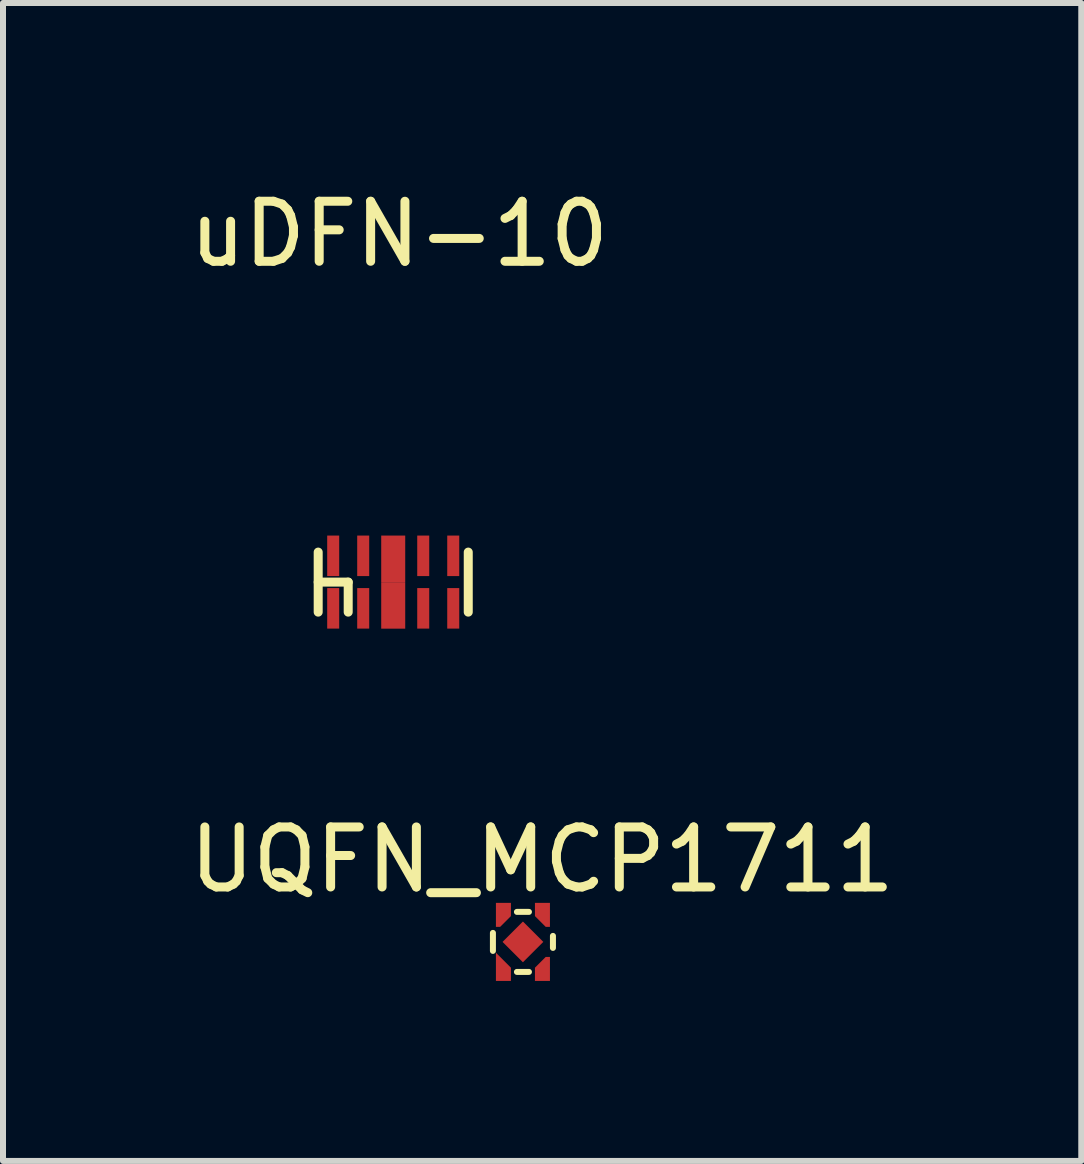
<source format=kicad_pcb>
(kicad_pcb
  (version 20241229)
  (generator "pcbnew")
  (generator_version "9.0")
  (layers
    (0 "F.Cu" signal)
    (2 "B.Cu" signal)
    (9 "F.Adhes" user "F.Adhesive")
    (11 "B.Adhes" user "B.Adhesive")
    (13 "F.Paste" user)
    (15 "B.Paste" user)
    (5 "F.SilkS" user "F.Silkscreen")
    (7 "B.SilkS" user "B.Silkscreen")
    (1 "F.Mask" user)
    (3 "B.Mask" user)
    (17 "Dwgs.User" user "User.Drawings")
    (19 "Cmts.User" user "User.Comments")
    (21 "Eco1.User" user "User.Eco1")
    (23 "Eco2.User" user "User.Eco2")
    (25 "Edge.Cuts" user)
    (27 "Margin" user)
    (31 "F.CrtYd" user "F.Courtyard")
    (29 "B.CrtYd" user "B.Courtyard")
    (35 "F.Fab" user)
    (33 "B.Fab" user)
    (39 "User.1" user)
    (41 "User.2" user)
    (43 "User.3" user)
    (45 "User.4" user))
  (footprint "UQFN_MCP1711"
    (layer "F.Cu")
    (at 5.662 12.642)
    (property "Reference" "UQFN_MCP1711" (at 0.32 -1.37 0) (layer "F.SilkS") (effects (font (size 1 1) (thickness 0.15))))
    (attr through_hole)
    (fp_line (start -0.5 -0.15) (end -0.5 0.15) (stroke (width 0.1) (type solid)) (layer "F.SilkS"))
    (fp_line (start -0.1 0.5) (end 0.1 0.5) (stroke (width 0.1) (type solid)) (layer "F.SilkS"))
    (fp_line (start 0.1 -0.5) (end -0.1 -0.5) (stroke (width 0.1) (type solid)) (layer "F.SilkS"))
    (fp_line (start 0.5 0.1) (end 0.5 -0.1) (stroke (width 0.1) (type solid)) (layer "F.SilkS"))
    (pad "1" smd custom (at -0.34 0.525 180) (size 0.22 0.25) (layers "F.Cu" "F.Mask" "F.Paste") (options (anchor rect)) (primitives (gr_poly (pts (xy 0.11 -0.125) (xy 0.11 0.345) (xy 0.04 0.275) (xy -0.14 0.095) (xy -0.14 -0.125)) (width 0) (fill yes))))
    (pad "2" smd custom (at 0.34 0.525 180) (size 0.22 0.25) (layers "F.Cu" "F.Mask" "F.Paste") (options (anchor rect)) (primitives (gr_poly (pts (xy -0.11 -0.125) (xy -0.11 0.275) (xy -0.04 0.275) (xy 0.14 0.095) (xy 0.14 -0.125)) (width 0) (fill yes))))
    (pad "3" smd custom (at 0.34 -0.525) (size 0.22 0.25) (layers "F.Cu" "F.Mask" "F.Paste") (options (anchor rect)) (primitives (gr_poly (pts (xy 0.11 -0.125) (xy 0.11 0.275) (xy 0.04 0.275) (xy -0.14 0.095) (xy -0.14 -0.125)) (width 0) (fill yes))))
    (pad "4" smd custom (at -0.34 -0.525) (size 0.22 0.25) (layers "F.Cu" "F.Mask" "F.Paste") (options (anchor rect)) (primitives (gr_poly (pts (xy -0.11 -0.125) (xy -0.11 0.275) (xy -0.04 0.275) (xy 0.14 0.095) (xy 0.14 -0.125)) (width 0) (fill yes))))
    (pad "EP" smd rect (at 0 0 45) (size 0.48 0.48) (layers "F.Cu" "F.Mask" "F.Paste")))
  (footprint "uDFN-10"
    (layer "F.Cu")
    (at 3.501 6.648)
    (property "Reference" "uDFN-10" (at 0.1 -5.8 0) (layer "F.SilkS") (effects (font (size 1 1) (thickness 0.15))))
    (attr through_hole)
    (fp_line (start -1.25 -0.5) (end -1.25 0.5) (stroke (width 0.15) (type solid)) (layer "F.SilkS"))
    (fp_line (start -0.75 0) (end -1.25 0) (stroke (width 0.15) (type solid)) (layer "F.SilkS"))
    (fp_line (start -0.75 0.5) (end -0.75 0) (stroke (width 0.15) (type solid)) (layer "F.SilkS"))
    (fp_line (start 1.25 0.5) (end 1.25 -0.5) (stroke (width 0.15) (type solid)) (layer "F.SilkS"))
    (pad "1" smd rect (at -1 0.437) (size 0.2 0.675) (layers "F.Cu" "F.Mask" "F.Paste"))
    (pad "2" smd rect (at -0.5 0.437) (size 0.2 0.675) (layers "F.Cu" "F.Mask" "F.Paste"))
    (pad "3" smd rect (at 0 0.388) (size 0.4 0.775) (layers "F.Cu" "F.Mask" "F.Paste"))
    (pad "4" smd rect (at 0.5 0.437) (size 0.2 0.675) (layers "F.Cu" "F.Mask" "F.Paste"))
    (pad "5" smd rect (at 1 0.437) (size 0.2 0.675) (layers "F.Cu" "F.Mask" "F.Paste"))
    (pad "6" smd rect (at 1 -0.438) (size 0.2 0.675) (layers "F.Cu" "F.Mask" "F.Paste"))
    (pad "7" smd rect (at 0.5 -0.438) (size 0.2 0.675) (layers "F.Cu" "F.Mask" "F.Paste"))
    (pad "8" smd rect (at 0 -0.388) (size 0.4 0.775) (layers "F.Cu" "F.Mask" "F.Paste"))
    (pad "9" smd rect (at -0.5 -0.438) (size 0.2 0.675) (layers "F.Cu" "F.Mask" "F.Paste"))
    (pad "10" smd rect (at -1 -0.438) (size 0.2 0.675) (layers "F.Cu" "F.Mask" "F.Paste")))
  (gr_rect
    (start -3 -3)
    (end 14.964 16.291)
    (stroke (width 0.1) (type default))
    (fill no)
    (layer "Edge.Cuts")))
</source>
